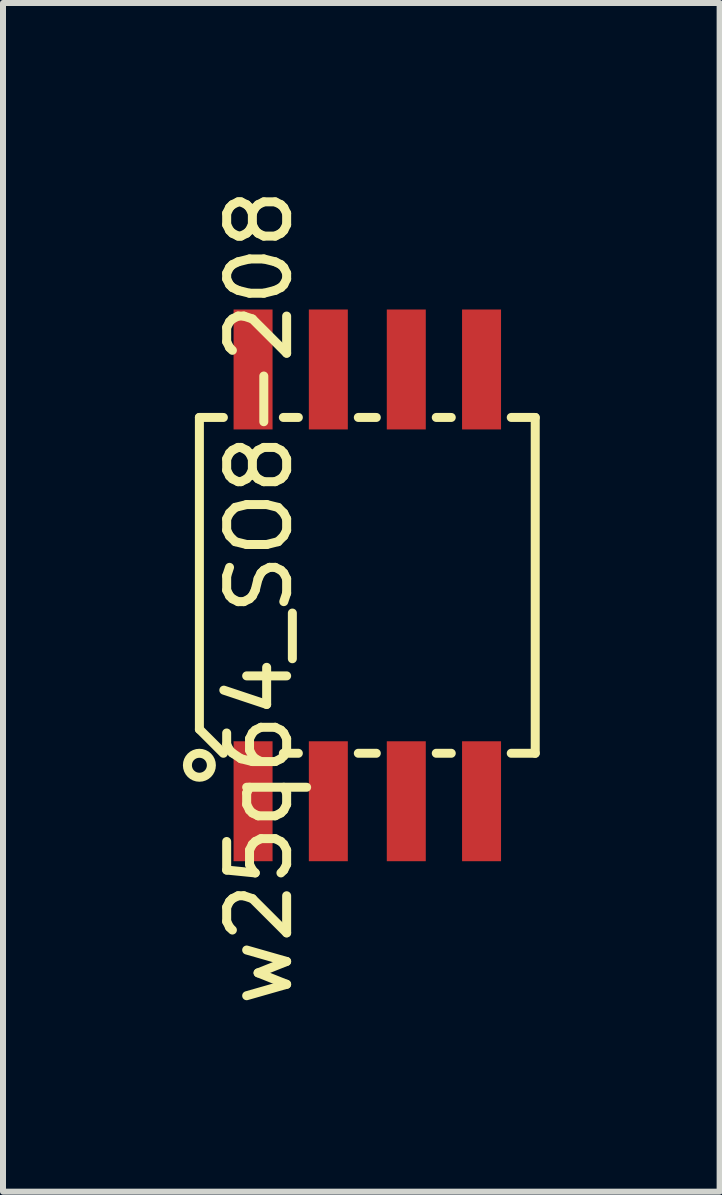
<source format=kicad_pcb>
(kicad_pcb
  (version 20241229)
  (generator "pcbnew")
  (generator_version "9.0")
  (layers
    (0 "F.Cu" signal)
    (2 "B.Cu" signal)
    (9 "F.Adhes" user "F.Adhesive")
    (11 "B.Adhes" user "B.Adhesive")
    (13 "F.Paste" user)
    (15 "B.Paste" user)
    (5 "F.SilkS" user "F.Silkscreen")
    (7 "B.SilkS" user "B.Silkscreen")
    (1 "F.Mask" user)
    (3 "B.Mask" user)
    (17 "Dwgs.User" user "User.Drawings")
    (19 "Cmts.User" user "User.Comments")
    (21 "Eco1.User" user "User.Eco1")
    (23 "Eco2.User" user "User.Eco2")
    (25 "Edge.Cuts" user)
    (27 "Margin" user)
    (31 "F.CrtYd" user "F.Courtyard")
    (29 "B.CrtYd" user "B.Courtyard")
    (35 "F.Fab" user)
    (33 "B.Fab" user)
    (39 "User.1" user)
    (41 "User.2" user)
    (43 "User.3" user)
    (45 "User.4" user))
  (footprint "w25q64_SO8-208"
    (layer "F.Cu")
    (at 3.075 6.711)
    (property "Reference" "w25q64_SO8-208" (at -1.8 0.2 90) (layer "F.SilkS") (effects (font (size 1 1) (thickness 0.15))))
    (attr through_hole)
    (fp_line (start -2.8 -2.8) (end -2.8 2.4) (stroke (width 0.15) (type solid)) (layer "F.SilkS"))
    (fp_line (start -2.8 -2.8) (end -2.4 -2.8) (stroke (width 0.15) (type solid)) (layer "F.SilkS"))
    (fp_line (start -2.8 2.4) (end -2.4 2.8) (stroke (width 0.15) (type solid)) (layer "F.SilkS"))
    (fp_line (start -1.4 -2.8) (end -1.15 -2.8) (stroke (width 0.15) (type solid)) (layer "F.SilkS"))
    (fp_line (start -1.4 2.8) (end -1.15 2.8) (stroke (width 0.15) (type solid)) (layer "F.SilkS"))
    (fp_line (start -0.15 -2.8) (end 0.15 -2.8) (stroke (width 0.15) (type solid)) (layer "F.SilkS"))
    (fp_line (start -0.15 2.8) (end 0.15 2.8) (stroke (width 0.15) (type solid)) (layer "F.SilkS"))
    (fp_line (start 1.15 -2.8) (end 1.4 -2.8) (stroke (width 0.15) (type solid)) (layer "F.SilkS"))
    (fp_line (start 1.15 2.8) (end 1.4 2.8) (stroke (width 0.15) (type solid)) (layer "F.SilkS"))
    (fp_line (start 2.8 -2.8) (end 2.4 -2.8) (stroke (width 0.15) (type solid)) (layer "F.SilkS"))
    (fp_line (start 2.8 2.8) (end 2.4 2.8) (stroke (width 0.15) (type solid)) (layer "F.SilkS"))
    (fp_line (start 2.8 2.8) (end 2.8 -2.8) (stroke (width 0.15) (type solid)) (layer "F.SilkS"))
    (fp_circle (center -2.8 3) (end -2.6 3) (stroke (width 0.15) (type solid)) (fill no) (layer "F.SilkS"))
    (pad "1" smd rect (at -1.905 3.6) (size 0.65 2) (layers "F.Cu" "F.Mask" "F.Paste"))
    (pad "2" smd rect (at -0.65 3.6) (size 0.65 2) (layers "F.Cu" "F.Mask" "F.Paste"))
    (pad "3" smd rect (at 0.65 3.6) (size 0.65 2) (layers "F.Cu" "F.Mask" "F.Paste"))
    (pad "4" smd rect (at 1.905 3.6) (size 0.65 2) (layers "F.Cu" "F.Mask" "F.Paste"))
    (pad "5" smd rect (at 1.905 -3.6) (size 0.65 2) (layers "F.Cu" "F.Mask" "F.Paste"))
    (pad "6" smd rect (at 0.65 -3.6) (size 0.65 2) (layers "F.Cu" "F.Mask" "F.Paste"))
    (pad "7" smd rect (at -0.65 -3.6) (size 0.65 2) (layers "F.Cu" "F.Mask" "F.Paste"))
    (pad "8" smd rect (at -1.905 -3.6) (size 0.65 2) (layers "F.Cu" "F.Mask" "F.Paste")))
  (gr_rect
    (start -3 -3)
    (end 8.95 16.821)
    (stroke (width 0.1) (type default))
    (fill no)
    (layer "Edge.Cuts")))
</source>
